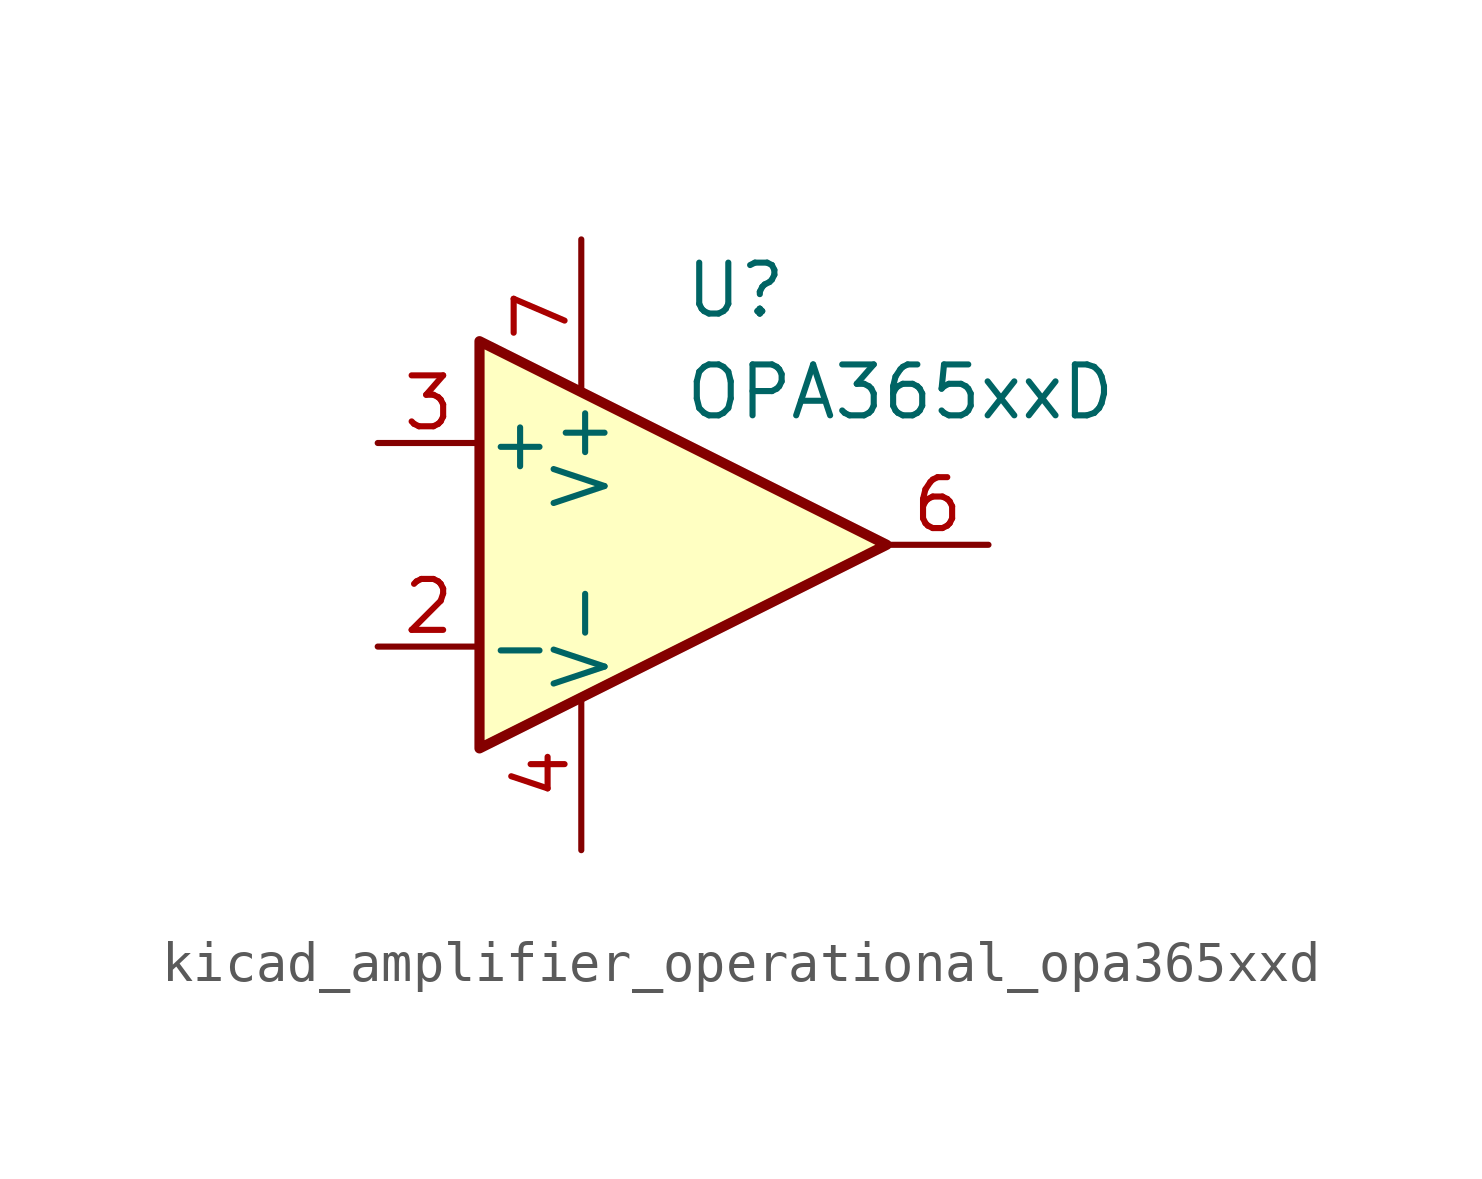
<source format=kicad_sym>
(kicad_symbol_lib
  (version 20220914)
  (generator kicad_symbol_editor)
  (symbol "kicad_amplifier_operational_opa365xxd"
    (pin_names
      (offset 0.127))
    (property "Reference" "U"
      (at 0 6.35 0)
      (effects (font (size 1.27 1.27)) (justify left)))
    (property "Value" "OPA365xxD"
      (at 0 3.81 0)
      (effects (font (size 1.27 1.27)) (justify left)))
    (symbol "kicad_amplifier_operational_opa365xxd_0_1"
      (polyline (pts (xy -5.08 5.08) (xy 5.08 0) (xy -5.08 -5.08) (xy -5.08 5.08)) (stroke (width 0.254) (type default)) (fill (type background))))
    (symbol "kicad_amplifier_operational_opa365xxd_1_1"
      (pin no_connect line (at -2.54 2.54 270) (length 2.54) hide (name "NC" (effects (font (size 1.27 1.27)))) (number "1" (effects (font (size 1.27 1.27)))))
      (pin input line (at -7.62 -2.54 0) (length 2.54) (name "-" (effects (font (size 1.27 1.27)))) (number "2" (effects (font (size 1.27 1.27)))))
      (pin input line (at -7.62 2.54 0) (length 2.54) (name "+" (effects (font (size 1.27 1.27)))) (number "3" (effects (font (size 1.27 1.27)))))
      (pin power_in line (at -2.54 -7.62 90) (length 3.81) (name "V-" (effects (font (size 1.27 1.27)))) (number "4" (effects (font (size 1.27 1.27)))))
      (pin no_connect line (at 0 2.54 270) (length 2.54) hide (name "NC" (effects (font (size 1.27 1.27)))) (number "5" (effects (font (size 1.27 1.27)))))
      (pin output line (at 7.62 0 180) (length 2.54) (name "~" (effects (font (size 1.27 1.27)))) (number "6" (effects (font (size 1.27 1.27)))))
      (pin power_in line (at -2.54 7.62 270) (length 3.81) (name "V+" (effects (font (size 1.27 1.27)))) (number "7" (effects (font (size 1.27 1.27)))))
      (pin no_connect line (at 0 -2.54 90) (length 2.54) hide (name "NC" (effects (font (size 1.27 1.27)))) (number "8" (effects (font (size 1.27 1.27))))))))
</source>
